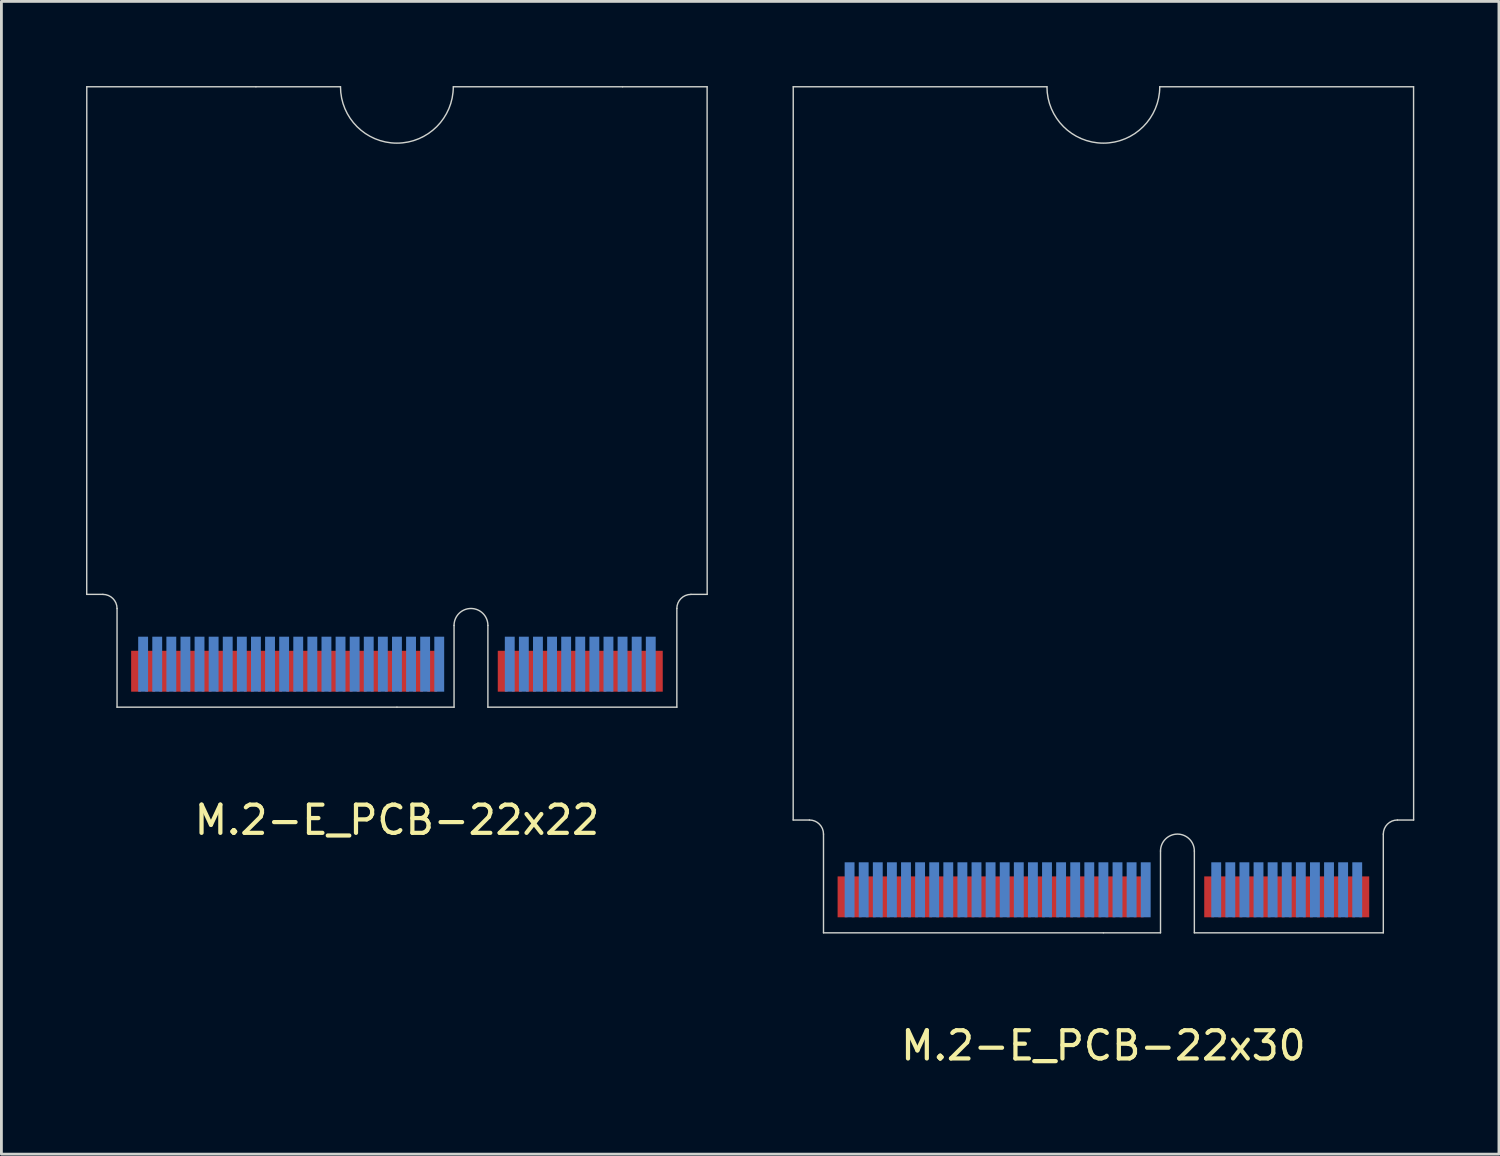
<source format=kicad_pcb>
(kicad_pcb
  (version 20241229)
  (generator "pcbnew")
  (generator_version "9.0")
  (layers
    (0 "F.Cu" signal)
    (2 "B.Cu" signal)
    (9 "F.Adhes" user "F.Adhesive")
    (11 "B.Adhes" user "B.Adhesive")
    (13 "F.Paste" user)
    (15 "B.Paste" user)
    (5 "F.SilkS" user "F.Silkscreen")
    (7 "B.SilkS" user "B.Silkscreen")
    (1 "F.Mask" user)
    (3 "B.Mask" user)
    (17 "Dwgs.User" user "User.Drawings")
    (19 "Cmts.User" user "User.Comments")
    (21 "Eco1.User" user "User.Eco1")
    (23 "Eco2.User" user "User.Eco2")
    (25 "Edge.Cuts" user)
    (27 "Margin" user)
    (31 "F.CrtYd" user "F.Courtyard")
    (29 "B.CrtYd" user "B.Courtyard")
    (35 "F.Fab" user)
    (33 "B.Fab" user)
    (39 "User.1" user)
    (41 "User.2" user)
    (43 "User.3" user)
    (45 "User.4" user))
  (footprint "M.2-E_PCB-22x30"
    (layer "F.Cu")
    (at 36.075 30.026)
    (property "Reference" "M.2-E_PCB-22x30" (at 0 4 0) (layer "F.SilkS") (effects (font (size 1 1) (thickness 0.15))))
    (attr through_hole)
    (fp_poly (pts (xy -9.925 0) (xy 2.025 0) (xy 2.025 -2) (xy -9.925 -2)) (stroke (width 0.1) (type solid)) (fill yes) (layer "F.Mask"))
    (fp_poly (pts (xy 3.225 0) (xy 9.925 0) (xy 9.925 -2) (xy 3.225 -2)) (stroke (width 0.1) (type solid)) (fill yes) (layer "F.Mask"))
    (fp_poly (pts (xy -9.925 0) (xy 2.025 0) (xy 2.025 -2.5) (xy -9.925 -2.5)) (stroke (width 0.1) (type solid)) (fill yes) (layer "B.Mask"))
    (fp_poly (pts (xy 3.225 0) (xy 9.925 0) (xy 9.925 -2.5) (xy 3.225 -2.5)) (stroke (width 0.1) (type solid)) (fill yes) (layer "B.Mask"))
    (fp_line (start -11 -4) (end -10.425 -4) (stroke (width 0.05) (type solid)) (layer "Edge.Cuts"))
    (fp_line (start -10.998 -30) (end -11 -4) (stroke (width 0.05) (type solid)) (layer "Edge.Cuts"))
    (fp_line (start -9.925 -3.5) (end -9.925 0) (stroke (width 0.05) (type solid)) (layer "Edge.Cuts"))
    (fp_line (start -9.925 0) (end 0 0) (stroke (width 0.05) (type solid)) (layer "Edge.Cuts"))
    (fp_line (start -2.002 -30) (end -10.998 -30) (stroke (width 0.05) (type solid)) (layer "Edge.Cuts"))
    (fp_line (start 0 0) (end 2.025 0) (stroke (width 0.05) (type solid)) (layer "Edge.Cuts"))
    (fp_line (start 2.025 0) (end 2.025 -2.9) (stroke (width 0.05) (type solid)) (layer "Edge.Cuts"))
    (fp_line (start 3.225 -2.9) (end 3.225 0) (stroke (width 0.05) (type solid)) (layer "Edge.Cuts"))
    (fp_line (start 3.225 0) (end 9.925 0) (stroke (width 0.05) (type solid)) (layer "Edge.Cuts"))
    (fp_line (start 9.925 0) (end 9.925 -3.5) (stroke (width 0.05) (type solid)) (layer "Edge.Cuts"))
    (fp_line (start 10.425 -4) (end 11 -4) (stroke (width 0.05) (type solid)) (layer "Edge.Cuts"))
    (fp_line (start 10.998 -30) (end 1.998 -30) (stroke (width 0.05) (type solid)) (layer "Edge.Cuts"))
    (fp_line (start 11 -4) (end 10.998 -30) (stroke (width 0.05) (type solid)) (layer "Edge.Cuts"))
    (fp_arc (start -10.425 -4) (mid -10.071447 -3.853553) (end -9.925 -3.5) (stroke (width 0.05) (type solid)) (layer "Edge.Cuts"))
    (fp_arc (start 1.9982 -30.0005) (mid -0.0018 -28.0005) (end -2.0018 -30.0005) (stroke (width 0.05) (type solid)) (layer "Edge.Cuts"))
    (fp_arc (start 2.025 -2.9) (mid 2.625 -3.5) (end 3.225 -2.9) (stroke (width 0.05) (type solid)) (layer "Edge.Cuts"))
    (fp_arc (start 9.925 -3.5) (mid 10.071447 -3.853553) (end 10.425 -4) (stroke (width 0.05) (type solid)) (layer "Edge.Cuts"))
    (pad "1" smd rect (at 9.25 -1.275) (size 0.35 1.45) (layers "F.Cu"))
    (pad "2" smd rect (at 9 -1.525) (size 0.35 1.95) (layers "B.Cu"))
    (pad "3" smd rect (at 8.75 -1.275) (size 0.35 1.45) (layers "F.Cu"))
    (pad "4" smd rect (at 8.5 -1.525) (size 0.35 1.95) (layers "B.Cu"))
    (pad "5" smd rect (at 8.25 -1.275) (size 0.35 1.45) (layers "F.Cu"))
    (pad "6" smd rect (at 8 -1.525) (size 0.35 1.95) (layers "B.Cu"))
    (pad "7" smd rect (at 7.75 -1.275) (size 0.35 1.45) (layers "F.Cu"))
    (pad "8" smd rect (at 7.5 -1.525) (size 0.35 1.95) (layers "B.Cu"))
    (pad "9" smd rect (at 7.25 -1.275) (size 0.35 1.45) (layers "F.Cu"))
    (pad "10" smd rect (at 7 -1.525) (size 0.35 1.95) (layers "B.Cu"))
    (pad "11" smd rect (at 6.75 -1.275) (size 0.35 1.45) (layers "F.Cu"))
    (pad "12" smd rect (at 6.5 -1.525) (size 0.35 1.95) (layers "B.Cu"))
    (pad "13" smd rect (at 6.25 -1.275) (size 0.35 1.45) (layers "F.Cu"))
    (pad "14" smd rect (at 6 -1.525) (size 0.35 1.95) (layers "B.Cu"))
    (pad "15" smd rect (at 5.75 -1.275) (size 0.35 1.45) (layers "F.Cu"))
    (pad "16" smd rect (at 5.5 -1.525) (size 0.35 1.95) (layers "B.Cu"))
    (pad "17" smd rect (at 5.25 -1.275) (size 0.35 1.45) (layers "F.Cu"))
    (pad "18" smd rect (at 5 -1.525) (size 0.35 1.95) (layers "B.Cu"))
    (pad "19" smd rect (at 4.75 -1.275) (size 0.35 1.45) (layers "F.Cu"))
    (pad "20" smd rect (at 4.5 -1.525) (size 0.35 1.95) (layers "B.Cu"))
    (pad "21" smd rect (at 4.25 -1.275) (size 0.35 1.45) (layers "F.Cu"))
    (pad "22" smd rect (at 4 -1.525) (size 0.35 1.95) (layers "B.Cu"))
    (pad "23" smd rect (at 3.75 -1.275) (size 0.35 1.45) (layers "F.Cu"))
    (pad "32" smd rect (at 1.5 -1.525) (size 0.35 1.95) (layers "B.Cu"))
    (pad "33" smd rect (at 1.25 -1.275) (size 0.35 1.45) (layers "F.Cu"))
    (pad "34" smd rect (at 1 -1.525) (size 0.35 1.95) (layers "B.Cu"))
    (pad "35" smd rect (at 0.75 -1.275) (size 0.35 1.45) (layers "F.Cu"))
    (pad "36" smd rect (at 0.5 -1.525) (size 0.35 1.95) (layers "B.Cu"))
    (pad "37" smd rect (at 0.25 -1.275) (size 0.35 1.45) (layers "F.Cu"))
    (pad "38" smd rect (at 0 -1.525) (size 0.35 1.95) (layers "B.Cu"))
    (pad "39" smd rect (at -0.25 -1.275) (size 0.35 1.45) (layers "F.Cu"))
    (pad "40" smd rect (at -0.5 -1.525) (size 0.35 1.95) (layers "B.Cu"))
    (pad "41" smd rect (at -0.75 -1.275) (size 0.35 1.45) (layers "F.Cu"))
    (pad "42" smd rect (at -1 -1.525) (size 0.35 1.95) (layers "B.Cu"))
    (pad "43" smd rect (at -1.25 -1.275) (size 0.35 1.45) (layers "F.Cu"))
    (pad "44" smd rect (at -1.5 -1.525) (size 0.35 1.95) (layers "B.Cu"))
    (pad "45" smd rect (at -1.75 -1.275) (size 0.35 1.45) (layers "F.Cu"))
    (pad "46" smd rect (at -2 -1.525) (size 0.35 1.95) (layers "B.Cu"))
    (pad "47" smd rect (at -2.25 -1.275) (size 0.35 1.45) (layers "F.Cu"))
    (pad "48" smd rect (at -2.5 -1.525) (size 0.35 1.95) (layers "B.Cu"))
    (pad "49" smd rect (at -2.75 -1.275) (size 0.35 1.45) (layers "F.Cu"))
    (pad "50" smd rect (at -3 -1.525) (size 0.35 1.95) (layers "B.Cu"))
    (pad "51" smd rect (at -3.25 -1.275) (size 0.35 1.45) (layers "F.Cu"))
    (pad "52" smd rect (at -3.5 -1.525) (size 0.35 1.95) (layers "B.Cu"))
    (pad "53" smd rect (at -3.75 -1.275) (size 0.35 1.45) (layers "F.Cu"))
    (pad "54" smd rect (at -4 -1.525) (size 0.35 1.95) (layers "B.Cu"))
    (pad "55" smd rect (at -4.25 -1.275) (size 0.35 1.45) (layers "F.Cu"))
    (pad "56" smd rect (at -4.5 -1.525) (size 0.35 1.95) (layers "B.Cu"))
    (pad "57" smd rect (at -4.75 -1.275) (size 0.35 1.45) (layers "F.Cu"))
    (pad "58" smd rect (at -5 -1.525) (size 0.35 1.95) (layers "B.Cu"))
    (pad "59" smd rect (at -5.25 -1.275) (size 0.35 1.45) (layers "F.Cu"))
    (pad "60" smd rect (at -5.5 -1.525) (size 0.35 1.95) (layers "B.Cu"))
    (pad "61" smd rect (at -5.75 -1.275) (size 0.35 1.45) (layers "F.Cu"))
    (pad "62" smd rect (at -6 -1.525) (size 0.35 1.95) (layers "B.Cu"))
    (pad "63" smd rect (at -6.25 -1.275) (size 0.35 1.45) (layers "F.Cu"))
    (pad "64" smd rect (at -6.5 -1.525) (size 0.35 1.95) (layers "B.Cu"))
    (pad "65" smd rect (at -6.75 -1.275) (size 0.35 1.45) (layers "F.Cu"))
    (pad "66" smd rect (at -7 -1.525) (size 0.35 1.95) (layers "B.Cu"))
    (pad "67" smd rect (at -7.25 -1.275) (size 0.35 1.45) (layers "F.Cu"))
    (pad "68" smd rect (at -7.5 -1.525) (size 0.35 1.95) (layers "B.Cu"))
    (pad "69" smd rect (at -7.75 -1.275) (size 0.35 1.45) (layers "F.Cu"))
    (pad "70" smd rect (at -8 -1.525) (size 0.35 1.95) (layers "B.Cu"))
    (pad "71" smd rect (at -8.25 -1.275) (size 0.35 1.45) (layers "F.Cu"))
    (pad "72" smd rect (at -8.5 -1.525) (size 0.35 1.95) (layers "B.Cu"))
    (pad "73" smd rect (at -8.75 -1.275) (size 0.35 1.45) (layers "F.Cu"))
    (pad "74" smd rect (at -9 -1.525) (size 0.35 1.95) (layers "B.Cu"))
    (pad "75" smd rect (at -9.25 -1.275) (size 0.35 1.45) (layers "F.Cu")))
  (footprint "M.2-E_PCB-22x22"
    (layer "F.Cu")
    (at 11.025 23.026)
    (property "Reference" "M.2-E_PCB-22x22" (at 0 3 0) (layer "F.SilkS") (effects (font (size 1 1) (thickness 0.15))))
    (attr through_hole)
    (fp_poly (pts (xy -9.925 -1) (xy 2.025 -1) (xy 2.025 -3) (xy -9.925 -3)) (stroke (width 0.1) (type solid)) (fill yes) (layer "F.Mask"))
    (fp_poly (pts (xy 3.225 -1) (xy 9.925 -1) (xy 9.925 -3) (xy 3.225 -3)) (stroke (width 0.1) (type solid)) (fill yes) (layer "F.Mask"))
    (fp_poly (pts (xy -9.925 -1) (xy 2.025 -1) (xy 2.025 -3.5) (xy -9.925 -3.5)) (stroke (width 0.1) (type solid)) (fill yes) (layer "B.Mask"))
    (fp_poly (pts (xy 3.225 -1) (xy 9.925 -1) (xy 9.925 -3.5) (xy 3.225 -3.5)) (stroke (width 0.1) (type solid)) (fill yes) (layer "B.Mask"))
    (fp_line (start -11 -5) (end -10.425 -5) (stroke (width 0.05) (type solid)) (layer "Edge.Cuts"))
    (fp_line (start -10.998 -23) (end -11 -5) (stroke (width 0.05) (type solid)) (layer "Edge.Cuts"))
    (fp_line (start -9.925 -4.5) (end -9.925 -1) (stroke (width 0.05) (type solid)) (layer "Edge.Cuts"))
    (fp_line (start -9.925 -1) (end 0 -1) (stroke (width 0.05) (type solid)) (layer "Edge.Cuts"))
    (fp_line (start -5 -23) (end -10.998 -23) (stroke (width 0.05) (type solid)) (layer "Edge.Cuts"))
    (fp_line (start -2.002 -23) (end -5 -23) (stroke (width 0.05) (type solid)) (layer "Edge.Cuts"))
    (fp_line (start 0 -1) (end 2.025 -1) (stroke (width 0.05) (type solid)) (layer "Edge.Cuts"))
    (fp_line (start 2.025 -1) (end 2.025 -3.9) (stroke (width 0.05) (type solid)) (layer "Edge.Cuts"))
    (fp_line (start 3.225 -3.9) (end 3.225 -1) (stroke (width 0.05) (type solid)) (layer "Edge.Cuts"))
    (fp_line (start 3.225 -1) (end 9.925 -1) (stroke (width 0.05) (type solid)) (layer "Edge.Cuts"))
    (fp_line (start 8 -23) (end 2.002 -23) (stroke (width 0.05) (type solid)) (layer "Edge.Cuts"))
    (fp_line (start 9.925 -1) (end 9.925 -4.5) (stroke (width 0.05) (type solid)) (layer "Edge.Cuts"))
    (fp_line (start 10.425 -5) (end 11 -5) (stroke (width 0.05) (type solid)) (layer "Edge.Cuts"))
    (fp_line (start 10.998 -23) (end 8 -23) (stroke (width 0.05) (type solid)) (layer "Edge.Cuts"))
    (fp_line (start 11 -5) (end 10.998 -23) (stroke (width 0.05) (type solid)) (layer "Edge.Cuts"))
    (fp_arc (start -10.425 -5) (mid -10.071447 -4.853553) (end -9.925 -4.5) (stroke (width 0.05) (type solid)) (layer "Edge.Cuts"))
    (fp_arc (start 1.9982 -23.0005) (mid -0.0018 -21.0005) (end -2.0018 -23.0005) (stroke (width 0.05) (type solid)) (layer "Edge.Cuts"))
    (fp_arc (start 2.025 -3.9) (mid 2.625 -4.5) (end 3.225 -3.9) (stroke (width 0.05) (type solid)) (layer "Edge.Cuts"))
    (fp_arc (start 9.925 -4.5) (mid 10.071447 -4.853553) (end 10.425 -5) (stroke (width 0.05) (type solid)) (layer "Edge.Cuts"))
    (pad "1" smd rect (at 9.25 -2.275) (size 0.35 1.45) (layers "F.Cu"))
    (pad "2" smd rect (at 9 -2.525) (size 0.35 1.95) (layers "B.Cu"))
    (pad "3" smd rect (at 8.75 -2.275) (size 0.35 1.45) (layers "F.Cu"))
    (pad "4" smd rect (at 8.5 -2.525) (size 0.35 1.95) (layers "B.Cu"))
    (pad "5" smd rect (at 8.25 -2.275) (size 0.35 1.45) (layers "F.Cu"))
    (pad "6" smd rect (at 8 -2.525) (size 0.35 1.95) (layers "B.Cu"))
    (pad "7" smd rect (at 7.75 -2.275) (size 0.35 1.45) (layers "F.Cu"))
    (pad "8" smd rect (at 7.5 -2.525) (size 0.35 1.95) (layers "B.Cu"))
    (pad "9" smd rect (at 7.25 -2.275) (size 0.35 1.45) (layers "F.Cu"))
    (pad "10" smd rect (at 7 -2.525) (size 0.35 1.95) (layers "B.Cu"))
    (pad "11" smd rect (at 6.75 -2.275) (size 0.35 1.45) (layers "F.Cu"))
    (pad "12" smd rect (at 6.5 -2.525) (size 0.35 1.95) (layers "B.Cu"))
    (pad "13" smd rect (at 6.25 -2.275) (size 0.35 1.45) (layers "F.Cu"))
    (pad "14" smd rect (at 6 -2.525) (size 0.35 1.95) (layers "B.Cu"))
    (pad "15" smd rect (at 5.75 -2.275) (size 0.35 1.45) (layers "F.Cu"))
    (pad "16" smd rect (at 5.5 -2.525) (size 0.35 1.95) (layers "B.Cu"))
    (pad "17" smd rect (at 5.25 -2.275) (size 0.35 1.45) (layers "F.Cu"))
    (pad "18" smd rect (at 5 -2.525) (size 0.35 1.95) (layers "B.Cu"))
    (pad "19" smd rect (at 4.75 -2.275) (size 0.35 1.45) (layers "F.Cu"))
    (pad "20" smd rect (at 4.5 -2.525) (size 0.35 1.95) (layers "B.Cu"))
    (pad "21" smd rect (at 4.25 -2.275) (size 0.35 1.45) (layers "F.Cu"))
    (pad "22" smd rect (at 4 -2.525) (size 0.35 1.95) (layers "B.Cu"))
    (pad "23" smd rect (at 3.75 -2.275) (size 0.35 1.45) (layers "F.Cu"))
    (pad "32" smd rect (at 1.5 -2.525) (size 0.35 1.95) (layers "B.Cu"))
    (pad "33" smd rect (at 1.25 -2.275) (size 0.35 1.45) (layers "F.Cu"))
    (pad "34" smd rect (at 1 -2.525) (size 0.35 1.95) (layers "B.Cu"))
    (pad "35" smd rect (at 0.75 -2.275) (size 0.35 1.45) (layers "F.Cu"))
    (pad "36" smd rect (at 0.5 -2.525) (size 0.35 1.95) (layers "B.Cu"))
    (pad "37" smd rect (at 0.25 -2.275) (size 0.35 1.45) (layers "F.Cu"))
    (pad "38" smd rect (at 0 -2.525) (size 0.35 1.95) (layers "B.Cu"))
    (pad "39" smd rect (at -0.25 -2.275) (size 0.35 1.45) (layers "F.Cu"))
    (pad "40" smd rect (at -0.5 -2.525) (size 0.35 1.95) (layers "B.Cu"))
    (pad "41" smd rect (at -0.75 -2.275) (size 0.35 1.45) (layers "F.Cu"))
    (pad "42" smd rect (at -1 -2.525) (size 0.35 1.95) (layers "B.Cu"))
    (pad "43" smd rect (at -1.25 -2.275) (size 0.35 1.45) (layers "F.Cu"))
    (pad "44" smd rect (at -1.5 -2.525) (size 0.35 1.95) (layers "B.Cu"))
    (pad "45" smd rect (at -1.75 -2.275) (size 0.35 1.45) (layers "F.Cu"))
    (pad "46" smd rect (at -2 -2.525) (size 0.35 1.95) (layers "B.Cu"))
    (pad "47" smd rect (at -2.25 -2.275) (size 0.35 1.45) (layers "F.Cu"))
    (pad "48" smd rect (at -2.5 -2.525) (size 0.35 1.95) (layers "B.Cu"))
    (pad "49" smd rect (at -2.75 -2.275) (size 0.35 1.45) (layers "F.Cu"))
    (pad "50" smd rect (at -3 -2.525) (size 0.35 1.95) (layers "B.Cu"))
    (pad "51" smd rect (at -3.25 -2.275) (size 0.35 1.45) (layers "F.Cu"))
    (pad "52" smd rect (at -3.5 -2.525) (size 0.35 1.95) (layers "B.Cu"))
    (pad "53" smd rect (at -3.75 -2.275) (size 0.35 1.45) (layers "F.Cu"))
    (pad "54" smd rect (at -4 -2.525) (size 0.35 1.95) (layers "B.Cu"))
    (pad "55" smd rect (at -4.25 -2.275) (size 0.35 1.45) (layers "F.Cu"))
    (pad "56" smd rect (at -4.5 -2.525) (size 0.35 1.95) (layers "B.Cu"))
    (pad "57" smd rect (at -4.75 -2.275) (size 0.35 1.45) (layers "F.Cu"))
    (pad "58" smd rect (at -5 -2.525) (size 0.35 1.95) (layers "B.Cu"))
    (pad "59" smd rect (at -5.25 -2.275) (size 0.35 1.45) (layers "F.Cu"))
    (pad "60" smd rect (at -5.5 -2.525) (size 0.35 1.95) (layers "B.Cu"))
    (pad "61" smd rect (at -5.75 -2.275) (size 0.35 1.45) (layers "F.Cu"))
    (pad "62" smd rect (at -6 -2.525) (size 0.35 1.95) (layers "B.Cu"))
    (pad "63" smd rect (at -6.25 -2.275) (size 0.35 1.45) (layers "F.Cu"))
    (pad "64" smd rect (at -6.5 -2.525) (size 0.35 1.95) (layers "B.Cu"))
    (pad "65" smd rect (at -6.75 -2.275) (size 0.35 1.45) (layers "F.Cu"))
    (pad "66" smd rect (at -7 -2.525) (size 0.35 1.95) (layers "B.Cu"))
    (pad "67" smd rect (at -7.25 -2.275) (size 0.35 1.45) (layers "F.Cu"))
    (pad "68" smd rect (at -7.5 -2.525) (size 0.35 1.95) (layers "B.Cu"))
    (pad "69" smd rect (at -7.75 -2.275) (size 0.35 1.45) (layers "F.Cu"))
    (pad "70" smd rect (at -8 -2.525) (size 0.35 1.95) (layers "B.Cu"))
    (pad "71" smd rect (at -8.25 -2.275) (size 0.35 1.45) (layers "F.Cu"))
    (pad "72" smd rect (at -8.5 -2.525) (size 0.35 1.95) (layers "B.Cu"))
    (pad "73" smd rect (at -8.75 -2.275) (size 0.35 1.45) (layers "F.Cu"))
    (pad "74" smd rect (at -9 -2.525) (size 0.35 1.95) (layers "B.Cu"))
    (pad "75" smd rect (at -9.25 -2.275) (size 0.35 1.45) (layers "F.Cu")))
  (gr_rect
    (start -3 -3)
    (end 50.1 37.874)
    (stroke (width 0.1) (type default))
    (fill no)
    (layer "Edge.Cuts")))
</source>
